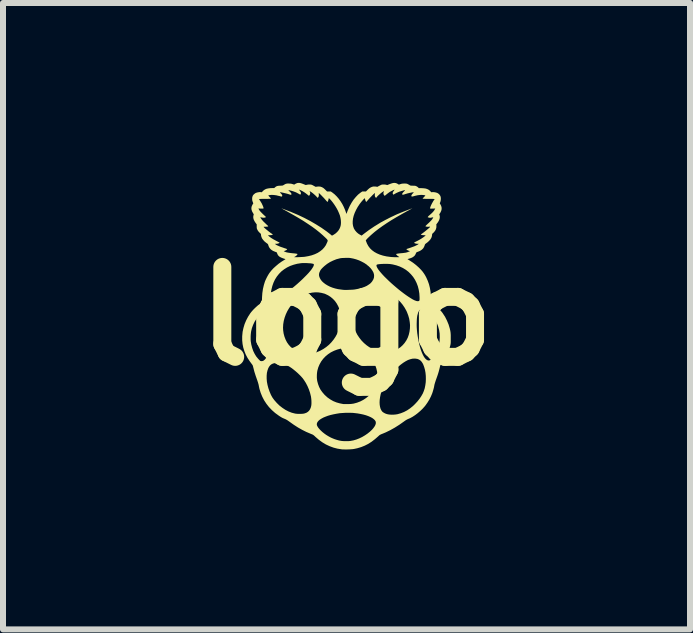
<source format=kicad_pcb>
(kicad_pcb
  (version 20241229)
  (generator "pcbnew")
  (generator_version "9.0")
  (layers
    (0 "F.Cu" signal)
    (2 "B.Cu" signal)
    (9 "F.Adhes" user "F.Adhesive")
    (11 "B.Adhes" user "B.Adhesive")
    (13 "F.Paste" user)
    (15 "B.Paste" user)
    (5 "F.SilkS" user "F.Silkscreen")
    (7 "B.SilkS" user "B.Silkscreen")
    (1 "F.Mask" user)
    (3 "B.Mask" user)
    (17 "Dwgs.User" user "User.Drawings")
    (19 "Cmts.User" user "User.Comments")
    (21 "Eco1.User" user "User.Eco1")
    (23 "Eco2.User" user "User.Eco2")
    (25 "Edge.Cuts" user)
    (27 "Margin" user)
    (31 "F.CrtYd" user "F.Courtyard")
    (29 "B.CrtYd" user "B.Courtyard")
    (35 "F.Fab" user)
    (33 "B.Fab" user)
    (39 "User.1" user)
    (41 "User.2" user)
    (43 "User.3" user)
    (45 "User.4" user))
  (footprint "logo"
    (layer "F.Cu")
    (at 2.729 2.223)
    (property "Reference" "logo" (at 0 0 0) (layer "F.SilkS") (effects (font (size 1.5 1.5) (thickness 0.3))))
    (attr board_only exclude_from_pos_files exclude_from_bom)
    (fp_poly (pts (xy -1.087 -1.799) (xy -1.088 -1.797) (xy -1.09 -1.799) (xy -1.088 -1.8)) (stroke (width 0) (type solid)) (fill yes) (layer "F.SilkS"))
    (fp_poly (pts (xy 1.1 -1.799) (xy 1.098 -1.797) (xy 1.097 -1.799) (xy 1.098 -1.8)) (stroke (width 0) (type solid)) (fill yes) (layer "F.SilkS"))
    (fp_poly (pts (xy -0.779 -2.222) (xy -0.755 -2.216) (xy -0.727 -2.206) (xy -0.722 -2.204) (xy -0.68 -2.187) (xy -0.659 -2.192) (xy -0.633 -2.196) (xy -0.612 -2.196) (xy -0.599 -2.195) (xy -0.59 -2.194) (xy -0.581 -2.191) (xy -0.57 -2.187) (xy -0.557 -2.18) (xy -0.55 -2.176) (xy -0.515 -2.157) (xy -0.489 -2.161) (xy -0.46 -2.163) (xy -0.434 -2.16) (xy -0.409 -2.151) (xy -0.385 -2.137) (xy -0.361 -2.116) (xy -0.353 -2.108) (xy -0.325 -2.08) (xy -0.294 -2.08) (xy -0.263 -2.08) (xy -0.238 -2.063) (xy -0.201 -2.034) (xy -0.166 -2) (xy -0.132 -1.961) (xy -0.1 -1.917) (xy -0.071 -1.871) (xy -0.046 -1.822) (xy -0.024 -1.771) (xy -0.015 -1.745) (xy -0.01 -1.731) (xy -0.005 -1.718) (xy -0.002 -1.71) (xy 0.000359 -1.707) (xy 0.000401 -1.707) (xy 0.002 -1.71) (xy 0.004 -1.717) (xy 0.004 -1.717) (xy 0.007 -1.727) (xy 0.012 -1.741) (xy 0.019 -1.76) (xy 0.028 -1.78) (xy 0.037 -1.801) (xy 0.046 -1.821) (xy 0.055 -1.84) (xy 0.057 -1.844) (xy 0.087 -1.897) (xy 0.119 -1.945) (xy 0.155 -1.988) (xy 0.192 -2.027) (xy 0.232 -2.059) (xy 0.239 -2.064) (xy 0.263 -2.08) (xy 0.294 -2.08) (xy 0.324 -2.08) (xy 0.352 -2.108) (xy 0.377 -2.131) (xy 0.402 -2.147) (xy 0.427 -2.158) (xy 0.454 -2.163) (xy 0.482 -2.162) (xy 0.492 -2.161) (xy 0.514 -2.157) (xy 0.549 -2.176) (xy 0.565 -2.184) (xy 0.576 -2.19) (xy 0.586 -2.193) (xy 0.595 -2.195) (xy 0.606 -2.196) (xy 0.611 -2.196) (xy 0.64 -2.196) (xy 0.659 -2.192) (xy 0.68 -2.187) (xy 0.722 -2.204) (xy 0.75 -2.214) (xy 0.775 -2.221) (xy 0.796 -2.223) (xy 0.816 -2.221) (xy 0.834 -2.216) (xy 0.854 -2.206) (xy 0.855 -2.205) (xy 0.873 -2.194) (xy 0.899 -2.203) (xy 0.913 -2.207) (xy 0.925 -2.21) (xy 0.939 -2.211) (xy 0.956 -2.212) (xy 0.963 -2.212) (xy 0.98 -2.212) (xy 0.993 -2.211) (xy 1.002 -2.21) (xy 1.01 -2.208) (xy 1.019 -2.204) (xy 1.022 -2.203) (xy 1.034 -2.196) (xy 1.045 -2.19) (xy 1.052 -2.186) (xy 1.057 -2.182) (xy 1.062 -2.18) (xy 1.069 -2.178) (xy 1.079 -2.177) (xy 1.094 -2.177) (xy 1.105 -2.176) (xy 1.124 -2.176) (xy 1.137 -2.175) (xy 1.147 -2.174) (xy 1.155 -2.171) (xy 1.163 -2.168) (xy 1.167 -2.166) (xy 1.179 -2.159) (xy 1.19 -2.151) (xy 1.196 -2.146) (xy 1.205 -2.135) (xy 1.252 -2.135) (xy 1.287 -2.133) (xy 1.318 -2.129) (xy 1.344 -2.121) (xy 1.367 -2.11) (xy 1.387 -2.095) (xy 1.397 -2.085) (xy 1.413 -2.067) (xy 1.431 -2.069) (xy 1.453 -2.069) (xy 1.477 -2.066) (xy 1.5 -2.06) (xy 1.516 -2.054) (xy 1.535 -2.042) (xy 1.552 -2.025) (xy 1.564 -2.006) (xy 1.568 -1.996) (xy 1.572 -1.978) (xy 1.573 -1.956) (xy 1.571 -1.933) (xy 1.566 -1.911) (xy 1.563 -1.902) (xy 1.555 -1.882) (xy 1.564 -1.867) (xy 1.578 -1.84) (xy 1.585 -1.814) (xy 1.586 -1.787) (xy 1.58 -1.76) (xy 1.568 -1.733) (xy 1.557 -1.715) (xy 1.546 -1.7) (xy 1.552 -1.681) (xy 1.556 -1.656) (xy 1.553 -1.63) (xy 1.544 -1.602) (xy 1.529 -1.574) (xy 1.514 -1.553) (xy 1.497 -1.531) (xy 1.499 -1.51) (xy 1.498 -1.48) (xy 1.491 -1.452) (xy 1.478 -1.426) (xy 1.458 -1.401) (xy 1.448 -1.391) (xy 1.437 -1.381) (xy 1.431 -1.375) (xy 1.428 -1.369) (xy 1.427 -1.363) (xy 1.427 -1.358) (xy 1.423 -1.332) (xy 1.414 -1.306) (xy 1.398 -1.28) (xy 1.376 -1.255) (xy 1.348 -1.23) (xy 1.333 -1.219) (xy 1.322 -1.211) (xy 1.314 -1.204) (xy 1.309 -1.198) (xy 1.306 -1.191) (xy 1.303 -1.181) (xy 1.292 -1.153) (xy 1.276 -1.128) (xy 1.253 -1.107) (xy 1.225 -1.089) (xy 1.192 -1.075) (xy 1.183 -1.072) (xy 1.172 -1.068) (xy 1.166 -1.064) (xy 1.162 -1.058) (xy 1.157 -1.048) (xy 1.157 -1.047) (xy 1.147 -1.026) (xy 1.134 -1.007) (xy 1.116 -0.992) (xy 1.094 -0.978) (xy 1.066 -0.967) (xy 1.037 -0.958) (xy 1.016 -0.952) (xy 1.054 -0.928) (xy 1.11 -0.891) (xy 1.16 -0.852) (xy 1.207 -0.81) (xy 1.217 -0.8) (xy 1.245 -0.771) (xy 1.269 -0.743) (xy 1.289 -0.715) (xy 1.308 -0.686) (xy 1.326 -0.653) (xy 1.331 -0.643) (xy 1.355 -0.589) (xy 1.375 -0.533) (xy 1.39 -0.473) (xy 1.401 -0.41) (xy 1.407 -0.342) (xy 1.409 -0.313) (xy 1.411 -0.262) (xy 1.425 -0.234) (xy 1.433 -0.221) (xy 1.439 -0.212) (xy 1.447 -0.204) (xy 1.457 -0.196) (xy 1.468 -0.188) (xy 1.484 -0.176) (xy 1.503 -0.159) (xy 1.523 -0.14) (xy 1.544 -0.119) (xy 1.565 -0.097) (xy 1.583 -0.077) (xy 1.598 -0.058) (xy 1.603 -0.051) (xy 1.643 0.01) (xy 1.675 0.074) (xy 1.702 0.139) (xy 1.722 0.206) (xy 1.731 0.246) (xy 1.733 0.259) (xy 1.735 0.272) (xy 1.736 0.284) (xy 1.737 0.299) (xy 1.738 0.316) (xy 1.738 0.337) (xy 1.738 0.363) (xy 1.738 0.368) (xy 1.738 0.395) (xy 1.738 0.416) (xy 1.738 0.433) (xy 1.737 0.446) (xy 1.736 0.458) (xy 1.734 0.47) (xy 1.732 0.481) (xy 1.729 0.493) (xy 1.713 0.553) (xy 1.692 0.612) (xy 1.665 0.67) (xy 1.634 0.724) (xy 1.599 0.774) (xy 1.588 0.788) (xy 1.58 0.799) (xy 1.572 0.808) (xy 1.568 0.814) (xy 1.567 0.814) (xy 1.565 0.819) (xy 1.561 0.83) (xy 1.558 0.843) (xy 1.555 0.856) (xy 1.547 0.888) (xy 1.538 0.922) (xy 1.527 0.959) (xy 1.514 0.998) (xy 1.498 1.043) (xy 1.495 1.052) (xy 1.487 1.074) (xy 1.48 1.096) (xy 1.474 1.115) (xy 1.469 1.132) (xy 1.466 1.143) (xy 1.465 1.148) (xy 1.462 1.165) (xy 1.458 1.186) (xy 1.452 1.21) (xy 1.445 1.235) (xy 1.438 1.259) (xy 1.431 1.28) (xy 1.428 1.289) (xy 1.407 1.339) (xy 1.381 1.39) (xy 1.351 1.439) (xy 1.318 1.486) (xy 1.301 1.507) (xy 1.266 1.546) (xy 1.227 1.583) (xy 1.186 1.618) (xy 1.144 1.65) (xy 1.101 1.678) (xy 1.059 1.701) (xy 1.023 1.716) (xy 1.007 1.724) (xy 0.988 1.735) (xy 0.966 1.75) (xy 0.957 1.757) (xy 0.88 1.811) (xy 0.804 1.859) (xy 0.729 1.901) (xy 0.653 1.938) (xy 0.603 1.959) (xy 0.585 1.966) (xy 0.571 1.972) (xy 0.56 1.978) (xy 0.551 1.983) (xy 0.543 1.99) (xy 0.534 1.998) (xy 0.53 2.002) (xy 0.475 2.05) (xy 0.419 2.093) (xy 0.363 2.129) (xy 0.304 2.159) (xy 0.244 2.183) (xy 0.181 2.202) (xy 0.125 2.214) (xy 0.105 2.217) (xy 0.079 2.219) (xy 0.051 2.221) (xy 0.021 2.222) (xy -0.009 2.223) (xy -0.038 2.222) (xy -0.063 2.222) (xy -0.082 2.22) (xy -0.151 2.209) (xy -0.217 2.192) (xy -0.282 2.168) (xy -0.344 2.139) (xy -0.404 2.103) (xy -0.463 2.06) (xy -0.519 2.012) (xy -0.526 2.005) (xy -0.537 1.995) (xy -0.546 1.987) (xy -0.555 1.981) (xy -0.564 1.975) (xy -0.576 1.97) (xy -0.591 1.964) (xy -0.603 1.959) (xy -0.671 1.93) (xy -0.739 1.896) (xy -0.808 1.857) (xy -0.878 1.812) (xy -0.895 1.8) (xy -0.496 1.8) (xy -0.494 1.818) (xy -0.485 1.838) (xy -0.471 1.86) (xy -0.452 1.883) (xy -0.429 1.907) (xy -0.402 1.932) (xy -0.372 1.956) (xy -0.34 1.979) (xy -0.306 2) (xy -0.27 2.02) (xy -0.247 2.031) (xy -0.223 2.041) (xy -0.195 2.052) (xy -0.167 2.061) (xy -0.139 2.069) (xy -0.115 2.075) (xy -0.114 2.075) (xy -0.078 2.081) (xy -0.039 2.084) (xy 0.002 2.084) (xy 0.043 2.083) (xy 0.068 2.08) (xy 0.115 2.071) (xy 0.163 2.057) (xy 0.212 2.038) (xy 0.26 2.015) (xy 0.306 1.988) (xy 0.35 1.958) (xy 0.39 1.926) (xy 0.425 1.893) (xy 0.445 1.87) (xy 0.465 1.843) (xy 0.479 1.818) (xy 0.487 1.796) (xy 0.489 1.776) (xy 0.486 1.758) (xy 0.484 1.752) (xy 0.471 1.733) (xy 0.452 1.715) (xy 0.427 1.697) (xy 0.397 1.681) (xy 0.362 1.666) (xy 0.323 1.652) (xy 0.279 1.64) (xy 0.232 1.63) (xy 0.181 1.621) (xy 0.128 1.615) (xy 0.113 1.613) (xy 0.088 1.612) (xy 0.058 1.611) (xy 0.025 1.611) (xy -0.009 1.611) (xy -0.043 1.613) (xy -0.075 1.615) (xy -0.103 1.617) (xy -0.115 1.618) (xy -0.169 1.627) (xy -0.22 1.637) (xy -0.267 1.648) (xy -0.311 1.661) (xy -0.351 1.676) (xy -0.387 1.691) (xy -0.418 1.708) (xy -0.445 1.725) (xy -0.466 1.743) (xy -0.482 1.762) (xy -0.492 1.781) (xy -0.496 1.8) (xy -0.895 1.8) (xy -0.95 1.761) (xy -0.96 1.754) (xy -0.984 1.737) (xy -1.006 1.724) (xy -1.022 1.716) (xy -1.049 1.705) (xy -1.075 1.693) (xy -1.102 1.677) (xy -1.131 1.658) (xy -1.132 1.657) (xy -1.191 1.614) (xy -1.244 1.567) (xy -1.293 1.516) (xy -1.336 1.461) (xy -1.374 1.403) (xy -1.406 1.341) (xy -1.432 1.277) (xy -1.452 1.212) (xy -1.456 1.194) (xy -1.46 1.176) (xy -1.463 1.16) (xy -1.465 1.149) (xy -1.465 1.149) (xy -1.467 1.14) (xy -1.471 1.126) (xy -1.476 1.108) (xy -1.483 1.087) (xy -1.49 1.065) (xy -1.495 1.052) (xy -1.511 1.006) (xy -1.516 0.992) (xy -1.332 0.992) (xy -1.332 1.041) (xy -1.328 1.092) (xy -1.318 1.145) (xy -1.304 1.199) (xy -1.285 1.254) (xy -1.274 1.28) (xy -1.261 1.311) (xy -1.247 1.337) (xy -1.233 1.361) (xy -1.216 1.384) (xy -1.206 1.398) (xy -1.163 1.447) (xy -1.118 1.491) (xy -1.069 1.529) (xy -1.019 1.562) (xy -0.967 1.589) (xy -0.913 1.61) (xy -0.858 1.624) (xy -0.852 1.625) (xy -0.834 1.627) (xy -0.813 1.629) (xy -0.789 1.629) (xy -0.765 1.629) (xy -0.741 1.628) (xy -0.721 1.626) (xy -0.705 1.623) (xy -0.702 1.622) (xy -0.672 1.612) (xy -0.647 1.597) (xy -0.627 1.579) (xy -0.611 1.557) (xy -0.598 1.529) (xy -0.591 1.505) (xy -0.587 1.484) (xy -0.585 1.458) (xy -0.585 1.429) (xy -0.586 1.399) (xy -0.589 1.369) (xy -0.593 1.341) (xy -0.595 1.332) (xy -0.609 1.276) (xy -0.628 1.22) (xy -0.651 1.166) (xy -0.678 1.114) (xy -0.708 1.067) (xy -0.731 1.035) (xy -0.755 1.008) (xy -0.765 0.997) (xy -0.495 0.997) (xy -0.495 1.029) (xy -0.492 1.057) (xy -0.489 1.08) (xy -0.475 1.132) (xy -0.457 1.18) (xy -0.434 1.225) (xy -0.404 1.267) (xy -0.369 1.308) (xy -0.36 1.317) (xy -0.317 1.356) (xy -0.271 1.388) (xy -0.222 1.416) (xy -0.168 1.438) (xy -0.111 1.454) (xy -0.055 1.465) (xy -0.049 1.465) (xy -0.037 1.465) (xy -0.021 1.466) (xy -0.002 1.465) (xy 0.019 1.465) (xy 0.022 1.465) (xy 0.048 1.465) (xy 0.07 1.464) (xy 0.088 1.462) (xy 0.103 1.46) (xy 0.117 1.458) (xy 0.121 1.457) (xy 0.177 1.442) (xy 0.186 1.438) (xy 0.551 1.438) (xy 0.553 1.477) (xy 0.559 1.513) (xy 0.568 1.545) (xy 0.582 1.572) (xy 0.594 1.589) (xy 0.605 1.599) (xy 0.62 1.609) (xy 0.638 1.619) (xy 0.656 1.627) (xy 0.665 1.63) (xy 0.691 1.637) (xy 0.721 1.641) (xy 0.755 1.643) (xy 0.789 1.642) (xy 0.822 1.639) (xy 0.852 1.634) (xy 0.907 1.618) (xy 0.96 1.597) (xy 1.011 1.57) (xy 1.06 1.537) (xy 1.108 1.498) (xy 1.14 1.467) (xy 1.181 1.423) (xy 1.217 1.378) (xy 1.247 1.333) (xy 1.272 1.289) (xy 1.289 1.248) (xy 1.304 1.202) (xy 1.314 1.152) (xy 1.321 1.101) (xy 1.323 1.048) (xy 1.322 0.995) (xy 1.317 0.944) (xy 1.308 0.894) (xy 1.295 0.848) (xy 1.279 0.805) (xy 1.271 0.789) (xy 1.254 0.762) (xy 1.234 0.74) (xy 1.21 0.724) (xy 1.184 0.713) (xy 1.153 0.708) (xy 1.132 0.707) (xy 1.098 0.709) (xy 1.062 0.718) (xy 1.025 0.731) (xy 0.987 0.751) (xy 0.947 0.776) (xy 0.905 0.807) (xy 0.861 0.844) (xy 0.815 0.887) (xy 0.788 0.914) (xy 0.753 0.951) (xy 0.724 0.985) (xy 0.699 1.017) (xy 0.677 1.049) (xy 0.667 1.065) (xy 0.64 1.113) (xy 0.617 1.162) (xy 0.598 1.21) (xy 0.581 1.259) (xy 0.568 1.306) (xy 0.559 1.352) (xy 0.553 1.397) (xy 0.551 1.438) (xy 0.186 1.438) (xy 0.231 1.421) (xy 0.281 1.395) (xy 0.327 1.364) (xy 0.37 1.329) (xy 0.407 1.29) (xy 0.44 1.247) (xy 0.468 1.2) (xy 0.47 1.195) (xy 0.49 1.149) (xy 0.504 1.103) (xy 0.513 1.057) (xy 0.516 1.008) (xy 0.515 0.982) (xy 0.51 0.927) (xy 0.498 0.874) (xy 0.481 0.824) (xy 0.456 0.776) (xy 0.426 0.731) (xy 0.392 0.691) (xy 0.35 0.651) (xy 0.304 0.617) (xy 0.254 0.588) (xy 0.2 0.564) (xy 0.143 0.546) (xy 0.112 0.539) (xy 0.086 0.535) (xy 0.055 0.533) (xy 0.022 0.531) (xy -0.012 0.532) (xy -0.044 0.533) (xy -0.073 0.536) (xy -0.093 0.54) (xy -0.153 0.556) (xy -0.209 0.577) (xy -0.261 0.603) (xy -0.309 0.635) (xy -0.351 0.67) (xy -0.389 0.71) (xy -0.422 0.754) (xy -0.449 0.802) (xy -0.471 0.853) (xy -0.486 0.906) (xy -0.487 0.91) (xy -0.491 0.936) (xy -0.494 0.966) (xy -0.495 0.997) (xy -0.765 0.997) (xy -0.783 0.979) (xy -0.814 0.949) (xy -0.847 0.92) (xy -0.88 0.893) (xy -0.912 0.868) (xy -0.942 0.848) (xy -0.95 0.843) (xy -0.995 0.818) (xy -1.04 0.799) (xy -1.082 0.786) (xy -1.123 0.779) (xy -1.162 0.777) (xy -1.198 0.782) (xy -1.227 0.79) (xy -1.252 0.802) (xy -1.272 0.818) (xy -1.289 0.839) (xy -1.304 0.865) (xy -1.318 0.904) (xy -1.328 0.946) (xy -1.332 0.992) (xy -1.516 0.992) (xy -1.524 0.966) (xy -1.536 0.929) (xy -1.545 0.894) (xy -1.553 0.862) (xy -1.555 0.856) (xy -1.56 0.835) (xy -1.565 0.82) (xy -1.57 0.811) (xy -1.572 0.809) (xy -1.614 0.752) (xy -1.651 0.696) (xy -1.681 0.639) (xy -1.704 0.582) (xy -1.722 0.524) (xy -1.734 0.464) (xy -1.74 0.402) (xy -1.74 0.366) (xy -1.599 0.366) (xy -1.599 0.396) (xy -1.597 0.42) (xy -1.588 0.475) (xy -1.574 0.528) (xy -1.556 0.58) (xy -1.533 0.627) (xy -1.51 0.665) (xy -1.501 0.678) (xy -1.489 0.692) (xy -1.477 0.707) (xy -1.464 0.721) (xy -1.452 0.733) (xy -1.443 0.742) (xy -1.436 0.747) (xy -1.435 0.747) (xy -1.419 0.75) (xy -1.401 0.748) (xy -1.385 0.742) (xy -1.383 0.74) (xy -1.366 0.727) (xy -1.349 0.707) (xy -1.333 0.682) (xy -1.316 0.651) (xy -1.301 0.616) (xy -1.286 0.577) (xy -1.272 0.534) (xy -1.259 0.489) (xy -1.257 0.48) (xy -1.245 0.423) (xy -1.234 0.366) (xy -1.226 0.31) (xy -1.22 0.254) (xy -1.216 0.201) (xy -1.216 0.191) (xy -1.059 0.191) (xy -1.057 0.235) (xy -1.049 0.29) (xy -1.035 0.342) (xy -1.016 0.391) (xy -0.993 0.436) (xy -0.964 0.477) (xy -0.931 0.513) (xy -0.894 0.545) (xy -0.853 0.572) (xy -0.809 0.594) (xy -0.761 0.611) (xy -0.71 0.622) (xy -0.699 0.623) (xy -0.677 0.625) (xy -0.65 0.625) (xy -0.622 0.624) (xy -0.594 0.622) (xy -0.569 0.618) (xy -0.561 0.617) (xy -0.524 0.608) (xy -0.491 0.598) (xy -0.457 0.584) (xy -0.437 0.575) (xy -0.386 0.547) (xy -0.338 0.514) (xy -0.293 0.477) (xy -0.253 0.436) (xy -0.217 0.392) (xy -0.185 0.345) (xy -0.158 0.296) (xy -0.135 0.244) (xy -0.117 0.191) (xy -0.105 0.138) (xy -0.097 0.083) (xy -0.095 0.029) (xy -0.096 0.022) (xy 0.097 0.022) (xy 0.101 0.075) (xy 0.11 0.129) (xy 0.124 0.184) (xy 0.144 0.238) (xy 0.153 0.257) (xy 0.18 0.31) (xy 0.213 0.359) (xy 0.25 0.406) (xy 0.291 0.448) (xy 0.336 0.486) (xy 0.383 0.519) (xy 0.433 0.547) (xy 0.485 0.57) (xy 0.539 0.587) (xy 0.58 0.595) (xy 0.607 0.598) (xy 0.637 0.599) (xy 0.669 0.599) (xy 0.698 0.598) (xy 0.72 0.595) (xy 0.769 0.584) (xy 0.815 0.567) (xy 0.86 0.544) (xy 0.901 0.516) (xy 0.936 0.484) (xy 0.969 0.446) (xy 0.998 0.403) (xy 1.021 0.358) (xy 1.038 0.31) (xy 1.05 0.259) (xy 1.057 0.206) (xy 1.059 0.152) (xy 1.057 0.126) (xy 1.17 0.126) (xy 1.17 0.158) (xy 1.171 0.188) (xy 1.173 0.216) (xy 1.173 0.221) (xy 1.179 0.282) (xy 1.188 0.342) (xy 1.198 0.399) (xy 1.21 0.455) (xy 1.223 0.507) (xy 1.238 0.556) (xy 1.254 0.6) (xy 1.271 0.639) (xy 1.289 0.673) (xy 1.301 0.691) (xy 1.318 0.712) (xy 1.336 0.727) (xy 1.353 0.736) (xy 1.37 0.739) (xy 1.387 0.736) (xy 1.397 0.73) (xy 1.406 0.722) (xy 1.418 0.71) (xy 1.432 0.696) (xy 1.445 0.68) (xy 1.457 0.664) (xy 1.463 0.656) (xy 1.477 0.635) (xy 1.491 0.61) (xy 1.504 0.582) (xy 1.516 0.554) (xy 1.526 0.528) (xy 1.526 0.527) (xy 1.542 0.469) (xy 1.552 0.41) (xy 1.555 0.35) (xy 1.553 0.29) (xy 1.544 0.231) (xy 1.529 0.175) (xy 1.527 0.167) (xy 1.506 0.115) (xy 1.479 0.065) (xy 1.447 0.018) (xy 1.41 -0.025) (xy 1.368 -0.064) (xy 1.322 -0.098) (xy 1.308 -0.107) (xy 1.295 -0.115) (xy 1.285 -0.12) (xy 1.276 -0.123) (xy 1.267 -0.123) (xy 1.265 -0.123) (xy 1.247 -0.121) (xy 1.23 -0.112) (xy 1.216 -0.098) (xy 1.203 -0.079) (xy 1.192 -0.053) (xy 1.183 -0.021) (xy 1.18 -0.008) (xy 1.177 0.011) (xy 1.174 0.035) (xy 1.172 0.063) (xy 1.171 0.094) (xy 1.17 0.126) (xy 1.057 0.126) (xy 1.054 0.098) (xy 1.045 0.042) (xy 1.029 -0.013) (xy 1.008 -0.068) (xy 0.999 -0.088) (xy 0.969 -0.142) (xy 0.935 -0.192) (xy 0.896 -0.239) (xy 0.853 -0.281) (xy 0.806 -0.319) (xy 0.757 -0.351) (xy 0.705 -0.378) (xy 0.651 -0.399) (xy 0.618 -0.409) (xy 0.565 -0.419) (xy 0.511 -0.423) (xy 0.459 -0.42) (xy 0.407 -0.411) (xy 0.374 -0.401) (xy 0.327 -0.383) (xy 0.284 -0.359) (xy 0.245 -0.33) (xy 0.211 -0.297) (xy 0.181 -0.26) (xy 0.155 -0.22) (xy 0.134 -0.176) (xy 0.117 -0.13) (xy 0.105 -0.081) (xy 0.099 -0.031) (xy 0.097 0.022) (xy -0.096 0.022) (xy -0.099 -0.026) (xy -0.109 -0.079) (xy -0.124 -0.131) (xy -0.14 -0.168) (xy -0.164 -0.212) (xy -0.193 -0.253) (xy -0.227 -0.289) (xy -0.265 -0.321) (xy -0.307 -0.348) (xy -0.351 -0.369) (xy -0.368 -0.376) (xy -0.419 -0.389) (xy -0.47 -0.397) (xy -0.523 -0.398) (xy -0.575 -0.393) (xy -0.628 -0.381) (xy -0.68 -0.364) (xy -0.731 -0.341) (xy -0.781 -0.312) (xy -0.829 -0.277) (xy -0.84 -0.268) (xy -0.883 -0.228) (xy -0.922 -0.184) (xy -0.957 -0.136) (xy -0.987 -0.085) (xy -1.012 -0.032) (xy -1.032 0.023) (xy -1.047 0.079) (xy -1.056 0.135) (xy -1.059 0.191) (xy -1.216 0.191) (xy -1.214 0.15) (xy -1.215 0.102) (xy -1.218 0.058) (xy -1.223 0.018) (xy -1.23 -0.018) (xy -1.24 -0.048) (xy -1.245 -0.058) (xy -1.257 -0.08) (xy -1.27 -0.096) (xy -1.285 -0.106) (xy -1.301 -0.11) (xy -1.311 -0.111) (xy -1.324 -0.109) (xy -1.337 -0.104) (xy -1.344 -0.1) (xy -1.388 -0.07) (xy -1.428 -0.037) (xy -1.465 -0.001) (xy -1.497 0.037) (xy -1.504 0.047) (xy -1.534 0.094) (xy -1.558 0.145) (xy -1.578 0.199) (xy -1.59 0.248) (xy -1.594 0.273) (xy -1.597 0.303) (xy -1.599 0.334) (xy -1.599 0.366) (xy -1.74 0.366) (xy -1.74 0.338) (xy -1.739 0.324) (xy -1.733 0.26) (xy -1.719 0.196) (xy -1.7 0.132) (xy -1.674 0.07) (xy -1.642 0.009) (xy -1.604 -0.05) (xy -1.603 -0.051) (xy -1.59 -0.068) (xy -1.573 -0.088) (xy -1.553 -0.11) (xy -1.532 -0.131) (xy -1.511 -0.151) (xy -1.491 -0.169) (xy -1.474 -0.184) (xy -1.468 -0.188) (xy -1.454 -0.198) (xy -1.445 -0.205) (xy -1.438 -0.214) (xy -1.431 -0.224) (xy -1.425 -0.234) (xy -1.411 -0.262) (xy -1.409 -0.313) (xy -1.409 -0.316) (xy -1.265 -0.316) (xy -1.264 -0.298) (xy -1.263 -0.284) (xy -1.261 -0.275) (xy -1.26 -0.272) (xy -1.251 -0.265) (xy -1.24 -0.262) (xy -1.225 -0.263) (xy -1.206 -0.268) (xy -1.193 -0.272) (xy -1.167 -0.284) (xy -1.136 -0.301) (xy -1.102 -0.321) (xy -1.066 -0.346) (xy -1.027 -0.373) (xy -0.986 -0.403) (xy -0.944 -0.435) (xy -0.902 -0.47) (xy -0.86 -0.505) (xy -0.818 -0.541) (xy -0.777 -0.578) (xy -0.737 -0.615) (xy -0.7 -0.652) (xy -0.665 -0.687) (xy -0.459 -0.687) (xy -0.457 -0.669) (xy -0.447 -0.64) (xy -0.432 -0.612) (xy -0.411 -0.584) (xy -0.384 -0.559) (xy -0.353 -0.535) (xy -0.317 -0.513) (xy -0.278 -0.493) (xy -0.235 -0.476) (xy -0.189 -0.462) (xy -0.141 -0.451) (xy -0.09 -0.444) (xy -0.09 -0.444) (xy -0.074 -0.442) (xy -0.06 -0.44) (xy -0.048 -0.439) (xy -0.045 -0.439) (xy -0.032 -0.438) (xy -0.015 -0.438) (xy 0.007 -0.438) (xy 0.031 -0.439) (xy 0.056 -0.44) (xy 0.081 -0.441) (xy 0.103 -0.442) (xy 0.123 -0.444) (xy 0.133 -0.445) (xy 0.178 -0.453) (xy 0.221 -0.463) (xy 0.263 -0.475) (xy 0.301 -0.489) (xy 0.336 -0.505) (xy 0.36 -0.52) (xy 0.382 -0.535) (xy 0.399 -0.548) (xy 0.412 -0.562) (xy 0.425 -0.577) (xy 0.43 -0.585) (xy 0.447 -0.613) (xy 0.457 -0.642) (xy 0.46 -0.672) (xy 0.457 -0.702) (xy 0.447 -0.732) (xy 0.444 -0.738) (xy 0.425 -0.77) (xy 0.4 -0.802) (xy 0.37 -0.832) (xy 0.348 -0.849) (xy 0.499 -0.849) (xy 0.5 -0.837) (xy 0.505 -0.822) (xy 0.512 -0.808) (xy 0.527 -0.783) (xy 0.547 -0.756) (xy 0.572 -0.726) (xy 0.601 -0.693) (xy 0.633 -0.659) (xy 0.669 -0.624) (xy 0.706 -0.588) (xy 0.746 -0.551) (xy 0.787 -0.515) (xy 0.829 -0.479) (xy 0.871 -0.444) (xy 0.913 -0.411) (xy 0.955 -0.379) (xy 0.995 -0.35) (xy 1.033 -0.324) (xy 1.069 -0.301) (xy 1.102 -0.281) (xy 1.131 -0.266) (xy 1.152 -0.258) (xy 1.17 -0.252) (xy 1.187 -0.25) (xy 1.201 -0.251) (xy 1.211 -0.256) (xy 1.212 -0.257) (xy 1.214 -0.26) (xy 1.216 -0.265) (xy 1.217 -0.271) (xy 1.218 -0.281) (xy 1.218 -0.295) (xy 1.218 -0.314) (xy 1.214 -0.379) (xy 1.204 -0.441) (xy 1.189 -0.5) (xy 1.168 -0.555) (xy 1.142 -0.607) (xy 1.111 -0.655) (xy 1.075 -0.698) (xy 1.035 -0.738) (xy 0.99 -0.773) (xy 0.941 -0.803) (xy 0.888 -0.828) (xy 0.831 -0.848) (xy 0.77 -0.863) (xy 0.732 -0.869) (xy 0.711 -0.871) (xy 0.688 -0.872) (xy 0.662 -0.873) (xy 0.635 -0.873) (xy 0.609 -0.872) (xy 0.583 -0.871) (xy 0.559 -0.869) (xy 0.538 -0.867) (xy 0.521 -0.864) (xy 0.509 -0.861) (xy 0.503 -0.857) (xy 0.499 -0.849) (xy 0.348 -0.849) (xy 0.335 -0.861) (xy 0.296 -0.887) (xy 0.253 -0.91) (xy 0.208 -0.931) (xy 0.16 -0.948) (xy 0.112 -0.961) (xy 0.064 -0.97) (xy 0.047 -0.972) (xy 0.026 -0.973) (xy 0.001 -0.973) (xy -0.025 -0.972) (xy -0.051 -0.971) (xy -0.075 -0.97) (xy -0.095 -0.968) (xy -0.11 -0.965) (xy -0.168 -0.95) (xy -0.223 -0.928) (xy -0.275 -0.903) (xy -0.324 -0.872) (xy -0.368 -0.837) (xy -0.392 -0.815) (xy -0.407 -0.8) (xy -0.419 -0.787) (xy -0.428 -0.776) (xy -0.435 -0.766) (xy -0.441 -0.754) (xy -0.443 -0.75) (xy -0.453 -0.727) (xy -0.458 -0.707) (xy -0.459 -0.687) (xy -0.665 -0.687) (xy -0.665 -0.687) (xy -0.633 -0.721) (xy -0.605 -0.754) (xy -0.585 -0.779) (xy -0.569 -0.803) (xy -0.556 -0.824) (xy -0.548 -0.842) (xy -0.545 -0.856) (xy -0.546 -0.867) (xy -0.549 -0.87) (xy -0.555 -0.873) (xy -0.567 -0.876) (xy -0.584 -0.879) (xy -0.605 -0.882) (xy -0.628 -0.883) (xy -0.653 -0.885) (xy -0.678 -0.886) (xy -0.703 -0.886) (xy -0.727 -0.886) (xy -0.748 -0.885) (xy -0.758 -0.884) (xy -0.823 -0.874) (xy -0.883 -0.858) (xy -0.94 -0.838) (xy -0.993 -0.812) (xy -1.042 -0.781) (xy -1.087 -0.746) (xy -1.127 -0.705) (xy -1.162 -0.661) (xy -1.193 -0.612) (xy -1.218 -0.559) (xy -1.238 -0.502) (xy -1.253 -0.441) (xy -1.26 -0.398) (xy -1.262 -0.378) (xy -1.263 -0.357) (xy -1.264 -0.336) (xy -1.265 -0.316) (xy -1.409 -0.316) (xy -1.404 -0.385) (xy -1.394 -0.454) (xy -1.379 -0.518) (xy -1.367 -0.558) (xy -1.358 -0.585) (xy -1.345 -0.614) (xy -1.33 -0.645) (xy -1.314 -0.675) (xy -1.298 -0.702) (xy -1.284 -0.723) (xy -1.254 -0.761) (xy -1.218 -0.8) (xy -1.177 -0.837) (xy -1.133 -0.874) (xy -1.086 -0.908) (xy -1.036 -0.939) (xy -1.032 -0.942) (xy -1.023 -0.947) (xy -1.019 -0.95) (xy -1.02 -0.952) (xy -1.024 -0.954) (xy -1.056 -0.964) (xy -1.082 -0.974) (xy -1.103 -0.984) (xy -1.12 -0.994) (xy -1.133 -1.006) (xy -1.144 -1.019) (xy -1.152 -1.035) (xy -1.157 -1.047) (xy -1.164 -1.065) (xy -1.192 -1.075) (xy -1.226 -1.089) (xy -1.254 -1.107) (xy -1.276 -1.128) (xy -1.293 -1.153) (xy -1.304 -1.182) (xy -1.305 -1.184) (xy -1.307 -1.193) (xy -1.31 -1.199) (xy -1.315 -1.205) (xy -1.323 -1.212) (xy -1.336 -1.221) (xy -1.366 -1.245) (xy -1.39 -1.271) (xy -1.409 -1.297) (xy -1.42 -1.324) (xy -1.426 -1.349) (xy -1.428 -1.372) (xy -1.452 -1.395) (xy -1.467 -1.411) (xy -1.478 -1.426) (xy -1.487 -1.442) (xy -1.487 -1.442) (xy -1.492 -1.453) (xy -1.496 -1.463) (xy -1.497 -1.472) (xy -1.498 -1.484) (xy -1.498 -1.499) (xy -1.498 -1.532) (xy -1.515 -1.554) (xy -1.534 -1.583) (xy -1.548 -1.612) (xy -1.555 -1.639) (xy -1.555 -1.665) (xy -1.552 -1.681) (xy -1.547 -1.7) (xy -1.56 -1.72) (xy -1.575 -1.748) (xy -1.584 -1.775) (xy -1.586 -1.796) (xy -1.47 -1.796) (xy -1.459 -1.776) (xy -1.45 -1.762) (xy -1.436 -1.745) (xy -1.417 -1.725) (xy -1.393 -1.701) (xy -1.368 -1.678) (xy -1.342 -1.653) (xy -1.35 -1.649) (xy -1.367 -1.643) (xy -1.387 -1.642) (xy -1.412 -1.645) (xy -1.424 -1.648) (xy -1.433 -1.649) (xy -1.438 -1.65) (xy -1.439 -1.649) (xy -1.437 -1.646) (xy -1.433 -1.639) (xy -1.427 -1.629) (xy -1.425 -1.626) (xy -1.41 -1.607) (xy -1.391 -1.584) (xy -1.365 -1.559) (xy -1.335 -1.53) (xy -1.331 -1.526) (xy -1.319 -1.515) (xy -1.311 -1.508) (xy -1.307 -1.503) (xy -1.306 -1.5) (xy -1.308 -1.498) (xy -1.311 -1.496) (xy -1.319 -1.494) (xy -1.332 -1.493) (xy -1.35 -1.492) (xy -1.351 -1.492) (xy -1.365 -1.492) (xy -1.376 -1.491) (xy -1.382 -1.491) (xy -1.383 -1.49) (xy -1.381 -1.486) (xy -1.374 -1.478) (xy -1.363 -1.468) (xy -1.349 -1.455) (xy -1.333 -1.442) (xy -1.316 -1.428) (xy -1.299 -1.414) (xy -1.281 -1.4) (xy -1.265 -1.388) (xy -1.254 -1.381) (xy -1.243 -1.373) (xy -1.234 -1.366) (xy -1.23 -1.361) (xy -1.229 -1.36) (xy -1.235 -1.357) (xy -1.245 -1.354) (xy -1.259 -1.352) (xy -1.275 -1.351) (xy -1.29 -1.35) (xy -1.29 -1.35) (xy -1.312 -1.35) (xy -1.295 -1.334) (xy -1.275 -1.318) (xy -1.249 -1.3) (xy -1.216 -1.28) (xy -1.177 -1.259) (xy -1.166 -1.253) (xy -1.147 -1.243) (xy -1.133 -1.236) (xy -1.124 -1.231) (xy -1.119 -1.227) (xy -1.117 -1.224) (xy -1.117 -1.222) (xy -1.119 -1.221) (xy -1.129 -1.216) (xy -1.144 -1.211) (xy -1.161 -1.208) (xy -1.176 -1.207) (xy -1.195 -1.207) (xy -1.185 -1.199) (xy -1.172 -1.189) (xy -1.152 -1.179) (xy -1.127 -1.168) (xy -1.098 -1.156) (xy -1.064 -1.145) (xy -1.056 -1.142) (xy -1.037 -1.135) (xy -1.02 -1.13) (xy -1.006 -1.125) (xy -0.996 -1.121) (xy -0.991 -1.119) (xy -0.991 -1.119) (xy -0.991 -1.115) (xy -0.996 -1.109) (xy -1.004 -1.102) (xy -1.016 -1.096) (xy -1.029 -1.09) (xy -1.035 -1.089) (xy -1.048 -1.084) (xy -1.03 -1.076) (xy -1.019 -1.071) (xy -1.008 -1.067) (xy -0.996 -1.064) (xy -0.982 -1.061) (xy -0.965 -1.058) (xy -0.946 -1.055) (xy -0.921 -1.052) (xy -0.892 -1.049) (xy -0.87 -1.047) (xy -0.854 -1.045) (xy -0.84 -1.043) (xy -0.83 -1.041) (xy -0.825 -1.04) (xy -0.819 -1.038) (xy -0.818 -1.034) (xy -0.821 -1.027) (xy -0.821 -1.027) (xy -0.831 -1.015) (xy -0.844 -1.003) (xy -0.86 -0.993) (xy -0.868 -0.989) (xy -0.873 -0.985) (xy -0.873 -0.985) (xy -0.87 -0.984) (xy -0.861 -0.984) (xy -0.848 -0.984) (xy -0.831 -0.984) (xy -0.812 -0.984) (xy -0.791 -0.985) (xy -0.77 -0.986) (xy -0.75 -0.987) (xy -0.732 -0.988) (xy -0.716 -0.989) (xy -0.704 -0.99) (xy -0.702 -0.99) (xy -0.639 -1.001) (xy -0.581 -1.015) (xy -0.528 -1.034) (xy -0.481 -1.056) (xy -0.439 -1.083) (xy -0.402 -1.113) (xy -0.371 -1.147) (xy -0.345 -1.184) (xy -0.327 -1.223) (xy -0.32 -1.238) (xy -0.316 -1.25) (xy -0.314 -1.259) (xy -0.316 -1.267) (xy -0.32 -1.275) (xy -0.328 -1.285) (xy -0.341 -1.298) (xy -0.35 -1.307) (xy -0.398 -1.352) (xy -0.451 -1.398) (xy -0.51 -1.445) (xy -0.574 -1.492) (xy -0.645 -1.54) (xy -0.721 -1.59) (xy -0.804 -1.64) (xy -0.892 -1.691) (xy -0.987 -1.744) (xy -1.01 -1.757) (xy -1.03 -1.768) (xy -1.048 -1.777) (xy -1.063 -1.786) (xy -1.074 -1.792) (xy -1.081 -1.796) (xy -1.082 -1.797) (xy -1.078 -1.796) (xy -1.069 -1.793) (xy -1.055 -1.788) (xy -1.038 -1.781) (xy -1.018 -1.774) (xy -0.998 -1.766) (xy -0.976 -1.758) (xy -0.956 -1.75) (xy -0.936 -1.743) (xy -0.919 -1.736) (xy -0.918 -1.735) (xy -0.809 -1.689) (xy -0.704 -1.639) (xy -0.603 -1.586) (xy -0.507 -1.53) (xy -0.416 -1.473) (xy -0.331 -1.413) (xy -0.269 -1.365) (xy -0.243 -1.343) (xy -0.22 -1.355) (xy -0.185 -1.378) (xy -0.156 -1.404) (xy -0.131 -1.434) (xy -0.115 -1.462) (xy -0.105 -1.486) (xy -0.098 -1.51) (xy -0.094 -1.537) (xy -0.093 -1.566) (xy -0.094 -1.584) (xy 0.103 -1.584) (xy 0.103 -1.543) (xy 0.109 -1.504) (xy 0.121 -1.468) (xy 0.126 -1.457) (xy 0.144 -1.429) (xy 0.167 -1.402) (xy 0.194 -1.378) (xy 0.225 -1.358) (xy 0.23 -1.356) (xy 0.252 -1.344) (xy 0.29 -1.374) (xy 0.373 -1.436) (xy 0.46 -1.495) (xy 0.551 -1.551) (xy 0.572 -1.564) (xy 0.593 -1.575) (xy 0.619 -1.589) (xy 0.648 -1.605) (xy 0.68 -1.621) (xy 0.712 -1.638) (xy 0.744 -1.654) (xy 0.775 -1.668) (xy 0.802 -1.681) (xy 0.825 -1.692) (xy 0.832 -1.695) (xy 0.852 -1.704) (xy 0.875 -1.713) (xy 0.9 -1.724) (xy 0.926 -1.734) (xy 0.953 -1.745) (xy 0.979 -1.755) (xy 1.005 -1.765) (xy 1.029 -1.774) (xy 1.05 -1.782) (xy 1.067 -1.789) (xy 1.081 -1.794) (xy 1.09 -1.796) (xy 1.093 -1.797) (xy 1.09 -1.795) (xy 1.083 -1.791) (xy 1.071 -1.785) (xy 1.056 -1.776) (xy 1.038 -1.766) (xy 1.02 -1.757) (xy 0.923 -1.703) (xy 0.832 -1.651) (xy 0.748 -1.601) (xy 0.67 -1.551) (xy 0.599 -1.503) (xy 0.535 -1.457) (xy 0.482 -1.416) (xy 0.46 -1.398) (xy 0.438 -1.379) (xy 0.415 -1.359) (xy 0.393 -1.339) (xy 0.373 -1.32) (xy 0.355 -1.303) (xy 0.342 -1.29) (xy 0.342 -1.289) (xy 0.321 -1.266) (xy 0.325 -1.252) (xy 0.342 -1.209) (xy 0.364 -1.169) (xy 0.391 -1.133) (xy 0.424 -1.101) (xy 0.463 -1.072) (xy 0.506 -1.048) (xy 0.555 -1.027) (xy 0.609 -1.01) (xy 0.668 -0.997) (xy 0.727 -0.989) (xy 0.742 -0.987) (xy 0.76 -0.986) (xy 0.78 -0.985) (xy 0.801 -0.984) (xy 0.821 -0.984) (xy 0.84 -0.984) (xy 0.857 -0.984) (xy 0.869 -0.984) (xy 0.878 -0.985) (xy 0.88 -0.986) (xy 0.877 -0.989) (xy 0.87 -0.993) (xy 0.865 -0.997) (xy 0.856 -1.003) (xy 0.846 -1.011) (xy 0.837 -1.02) (xy 0.83 -1.028) (xy 0.827 -1.034) (xy 0.827 -1.034) (xy 0.83 -1.038) (xy 0.84 -1.041) (xy 0.857 -1.044) (xy 0.878 -1.047) (xy 0.907 -1.05) (xy 0.931 -1.052) (xy 0.949 -1.054) (xy 0.964 -1.056) (xy 0.976 -1.058) (xy 0.986 -1.059) (xy 0.994 -1.061) (xy 1.002 -1.063) (xy 1.016 -1.067) (xy 1.031 -1.073) (xy 1.042 -1.077) (xy 1.058 -1.084) (xy 1.045 -1.089) (xy 1.024 -1.097) (xy 1.008 -1.107) (xy 1.004 -1.111) (xy 0.997 -1.119) (xy 1.064 -1.141) (xy 1.102 -1.155) (xy 1.135 -1.167) (xy 1.162 -1.18) (xy 1.184 -1.191) (xy 1.195 -1.199) (xy 1.205 -1.207) (xy 1.186 -1.207) (xy 1.17 -1.208) (xy 1.154 -1.211) (xy 1.139 -1.216) (xy 1.129 -1.221) (xy 1.127 -1.223) (xy 1.127 -1.225) (xy 1.13 -1.228) (xy 1.136 -1.232) (xy 1.146 -1.238) (xy 1.161 -1.246) (xy 1.176 -1.253) (xy 1.215 -1.274) (xy 1.249 -1.294) (xy 1.277 -1.313) (xy 1.3 -1.33) (xy 1.305 -1.335) (xy 1.322 -1.35) (xy 1.3 -1.35) (xy 1.285 -1.351) (xy 1.269 -1.352) (xy 1.256 -1.354) (xy 1.245 -1.357) (xy 1.239 -1.36) (xy 1.239 -1.36) (xy 1.241 -1.362) (xy 1.247 -1.368) (xy 1.256 -1.375) (xy 1.265 -1.381) (xy 1.281 -1.393) (xy 1.298 -1.406) (xy 1.316 -1.42) (xy 1.334 -1.435) (xy 1.351 -1.449) (xy 1.366 -1.462) (xy 1.379 -1.473) (xy 1.388 -1.483) (xy 1.393 -1.489) (xy 1.393 -1.491) (xy 1.39 -1.493) (xy 1.381 -1.493) (xy 1.375 -1.492) (xy 1.359 -1.491) (xy 1.343 -1.492) (xy 1.329 -1.494) (xy 1.319 -1.497) (xy 1.318 -1.498) (xy 1.317 -1.5) (xy 1.318 -1.503) (xy 1.321 -1.508) (xy 1.327 -1.514) (xy 1.337 -1.524) (xy 1.352 -1.538) (xy 1.356 -1.542) (xy 1.372 -1.556) (xy 1.387 -1.571) (xy 1.401 -1.585) (xy 1.411 -1.596) (xy 1.416 -1.601) (xy 1.427 -1.615) (xy 1.436 -1.628) (xy 1.442 -1.639) (xy 1.446 -1.646) (xy 1.446 -1.649) (xy 1.442 -1.649) (xy 1.434 -1.648) (xy 1.422 -1.645) (xy 1.421 -1.645) (xy 1.398 -1.641) (xy 1.377 -1.643) (xy 1.361 -1.648) (xy 1.353 -1.652) (xy 1.36 -1.661) (xy 1.365 -1.667) (xy 1.374 -1.676) (xy 1.386 -1.686) (xy 1.399 -1.698) (xy 1.401 -1.699) (xy 1.427 -1.723) (xy 1.448 -1.746) (xy 1.464 -1.767) (xy 1.471 -1.78) (xy 1.48 -1.796) (xy 1.44 -1.794) (xy 1.421 -1.794) (xy 1.407 -1.793) (xy 1.399 -1.794) (xy 1.394 -1.797) (xy 1.393 -1.801) (xy 1.394 -1.807) (xy 1.396 -1.814) (xy 1.402 -1.832) (xy 1.411 -1.853) (xy 1.422 -1.875) (xy 1.434 -1.897) (xy 1.446 -1.918) (xy 1.451 -1.926) (xy 1.47 -1.953) (xy 1.457 -1.955) (xy 1.451 -1.955) (xy 1.438 -1.956) (xy 1.421 -1.956) (xy 1.401 -1.957) (xy 1.379 -1.957) (xy 1.363 -1.957) (xy 1.34 -1.957) (xy 1.319 -1.957) (xy 1.301 -1.958) (xy 1.286 -1.958) (xy 1.277 -1.959) (xy 1.274 -1.959) (xy 1.271 -1.96) (xy 1.27 -1.962) (xy 1.272 -1.966) (xy 1.278 -1.973) (xy 1.287 -1.982) (xy 1.292 -1.987) (xy 1.303 -1.999) (xy 1.311 -2.008) (xy 1.314 -2.014) (xy 1.314 -2.015) (xy 1.309 -2.016) (xy 1.299 -2.018) (xy 1.286 -2.02) (xy 1.278 -2.021) (xy 1.248 -2.023) (xy 1.216 -2.021) (xy 1.181 -2.016) (xy 1.142 -2.007) (xy 1.141 -2.007) (xy 1.122 -2.001) (xy 1.107 -1.998) (xy 1.098 -1.995) (xy 1.091 -1.995) (xy 1.088 -1.995) (xy 1.086 -1.996) (xy 1.084 -1.999) (xy 1.083 -2) (xy 1.081 -2.008) (xy 1.083 -2.017) (xy 1.089 -2.028) (xy 1.1 -2.041) (xy 1.104 -2.046) (xy 1.114 -2.056) (xy 1.119 -2.062) (xy 1.121 -2.065) (xy 1.119 -2.067) (xy 1.116 -2.067) (xy 1.106 -2.066) (xy 1.092 -2.064) (xy 1.073 -2.06) (xy 1.053 -2.056) (xy 1.032 -2.051) (xy 1.011 -2.046) (xy 0.993 -2.04) (xy 0.987 -2.039) (xy 0.967 -2.032) (xy 0.953 -2.028) (xy 0.944 -2.026) (xy 0.938 -2.025) (xy 0.934 -2.025) (xy 0.932 -2.027) (xy 0.931 -2.029) (xy 0.93 -2.03) (xy 0.928 -2.036) (xy 0.929 -2.043) (xy 0.933 -2.051) (xy 0.941 -2.062) (xy 0.954 -2.075) (xy 0.956 -2.078) (xy 0.966 -2.088) (xy 0.973 -2.095) (xy 0.976 -2.1) (xy 0.975 -2.102) (xy 0.969 -2.101) (xy 0.957 -2.099) (xy 0.94 -2.094) (xy 0.929 -2.091) (xy 0.879 -2.076) (xy 0.832 -2.055) (xy 0.81 -2.043) (xy 0.782 -2.026) (xy 0.776 -2.034) (xy 0.77 -2.045) (xy 0.77 -2.058) (xy 0.776 -2.073) (xy 0.787 -2.088) (xy 0.794 -2.098) (xy 0.799 -2.106) (xy 0.8 -2.11) (xy 0.8 -2.11) (xy 0.795 -2.109) (xy 0.785 -2.105) (xy 0.773 -2.099) (xy 0.759 -2.092) (xy 0.745 -2.085) (xy 0.732 -2.078) (xy 0.725 -2.075) (xy 0.715 -2.068) (xy 0.701 -2.058) (xy 0.685 -2.046) (xy 0.67 -2.034) (xy 0.636 -2.006) (xy 0.628 -2.016) (xy 0.618 -2.031) (xy 0.615 -2.046) (xy 0.617 -2.063) (xy 0.619 -2.069) (xy 0.622 -2.078) (xy 0.624 -2.085) (xy 0.624 -2.087) (xy 0.621 -2.085) (xy 0.613 -2.08) (xy 0.603 -2.074) (xy 0.594 -2.068) (xy 0.581 -2.058) (xy 0.566 -2.046) (xy 0.55 -2.032) (xy 0.534 -2.018) (xy 0.519 -2.004) (xy 0.508 -1.991) (xy 0.5 -1.982) (xy 0.499 -1.98) (xy 0.493 -1.972) (xy 0.485 -1.98) (xy 0.476 -1.992) (xy 0.472 -2.006) (xy 0.471 -2.025) (xy 0.472 -2.032) (xy 0.474 -2.055) (xy 0.465 -2.048) (xy 0.456 -2.04) (xy 0.443 -2.028) (xy 0.427 -2.012) (xy 0.409 -1.993) (xy 0.388 -1.972) (xy 0.367 -1.948) (xy 0.344 -1.922) (xy 0.33 -1.906) (xy 0.327 -1.906) (xy 0.323 -1.912) (xy 0.318 -1.922) (xy 0.314 -1.934) (xy 0.31 -1.947) (xy 0.31 -1.949) (xy 0.307 -1.959) (xy 0.304 -1.965) (xy 0.303 -1.967) (xy 0.299 -1.964) (xy 0.292 -1.958) (xy 0.283 -1.948) (xy 0.271 -1.935) (xy 0.259 -1.921) (xy 0.247 -1.907) (xy 0.236 -1.893) (xy 0.229 -1.884) (xy 0.217 -1.868) (xy 0.205 -1.85) (xy 0.194 -1.833) (xy 0.187 -1.823) (xy 0.159 -1.772) (xy 0.136 -1.722) (xy 0.119 -1.674) (xy 0.108 -1.628) (xy 0.103 -1.584) (xy -0.094 -1.584) (xy -0.095 -1.603) (xy -0.101 -1.64) (xy -0.11 -1.678) (xy -0.125 -1.717) (xy -0.144 -1.76) (xy -0.145 -1.762) (xy -0.163 -1.796) (xy -0.184 -1.831) (xy -0.207 -1.866) (xy -0.231 -1.899) (xy -0.255 -1.929) (xy -0.278 -1.954) (xy -0.283 -1.958) (xy -0.291 -1.966) (xy -0.295 -1.968) (xy -0.296 -1.967) (xy -0.297 -1.965) (xy -0.298 -1.957) (xy -0.301 -1.945) (xy -0.305 -1.932) (xy -0.309 -1.92) (xy -0.313 -1.911) (xy -0.314 -1.909) (xy -0.316 -1.907) (xy -0.319 -1.907) (xy -0.323 -1.91) (xy -0.33 -1.917) (xy -0.339 -1.927) (xy -0.345 -1.934) (xy -0.358 -1.949) (xy -0.373 -1.966) (xy -0.389 -1.983) (xy -0.405 -1.999) (xy -0.42 -2.015) (xy -0.434 -2.029) (xy -0.445 -2.04) (xy -0.453 -2.047) (xy -0.455 -2.048) (xy -0.464 -2.055) (xy -0.462 -2.031) (xy -0.462 -2.011) (xy -0.465 -1.996) (xy -0.471 -1.984) (xy -0.476 -1.979) (xy -0.481 -1.975) (xy -0.484 -1.975) (xy -0.489 -1.98) (xy -0.492 -1.984) (xy -0.507 -2.001) (xy -0.527 -2.02) (xy -0.548 -2.039) (xy -0.569 -2.056) (xy -0.583 -2.066) (xy -0.596 -2.075) (xy -0.606 -2.081) (xy -0.613 -2.085) (xy -0.616 -2.086) (xy -0.615 -2.082) (xy -0.612 -2.075) (xy -0.611 -2.073) (xy -0.606 -2.056) (xy -0.607 -2.038) (xy -0.614 -2.022) (xy -0.615 -2.02) (xy -0.621 -2.013) (xy -0.626 -2.008) (xy -0.627 -2.008) (xy -0.631 -2.01) (xy -0.638 -2.016) (xy -0.648 -2.024) (xy -0.654 -2.029) (xy -0.677 -2.047) (xy -0.702 -2.065) (xy -0.728 -2.081) (xy -0.752 -2.094) (xy -0.774 -2.104) (xy -0.787 -2.109) (xy -0.791 -2.11) (xy -0.792 -2.109) (xy -0.789 -2.104) (xy -0.783 -2.097) (xy -0.77 -2.078) (xy -0.762 -2.062) (xy -0.76 -2.049) (xy -0.764 -2.037) (xy -0.766 -2.034) (xy -0.772 -2.026) (xy -0.797 -2.041) (xy -0.842 -2.065) (xy -0.89 -2.083) (xy -0.89 -2.083) (xy -0.904 -2.087) (xy -0.92 -2.092) (xy -0.936 -2.096) (xy -0.95 -2.099) (xy -0.961 -2.101) (xy -0.968 -2.102) (xy -0.97 -2.102) (xy -0.968 -2.099) (xy -0.963 -2.093) (xy -0.954 -2.084) (xy -0.949 -2.079) (xy -0.933 -2.064) (xy -0.923 -2.05) (xy -0.918 -2.039) (xy -0.92 -2.03) (xy -0.924 -2.025) (xy -0.927 -2.024) (xy -0.932 -2.025) (xy -0.941 -2.027) (xy -0.954 -2.031) (xy -0.97 -2.036) (xy -0.972 -2.037) (xy -0.989 -2.042) (xy -1.009 -2.047) (xy -1.03 -2.052) (xy -1.051 -2.057) (xy -1.071 -2.061) (xy -1.088 -2.065) (xy -1.102 -2.067) (xy -1.107 -2.067) (xy -1.11 -2.066) (xy -1.11 -2.064) (xy -1.106 -2.059) (xy -1.098 -2.05) (xy -1.096 -2.048) (xy -1.083 -2.034) (xy -1.075 -2.022) (xy -1.072 -2.013) (xy -1.073 -2.004) (xy -1.074 -2.002) (xy -1.076 -1.998) (xy -1.077 -1.996) (xy -1.08 -1.995) (xy -1.084 -1.995) (xy -1.092 -1.996) (xy -1.104 -1.999) (xy -1.12 -2.004) (xy -1.131 -2.006) (xy -1.172 -2.016) (xy -1.211 -2.021) (xy -1.246 -2.023) (xy -1.272 -2.021) (xy -1.285 -2.019) (xy -1.296 -2.017) (xy -1.303 -2.015) (xy -1.304 -2.015) (xy -1.303 -2.012) (xy -1.298 -2.005) (xy -1.29 -1.995) (xy -1.283 -1.988) (xy -1.272 -1.977) (xy -1.265 -1.969) (xy -1.262 -1.964) (xy -1.262 -1.961) (xy -1.263 -1.96) (xy -1.268 -1.959) (xy -1.278 -1.958) (xy -1.294 -1.958) (xy -1.313 -1.957) (xy -1.335 -1.957) (xy -1.355 -1.957) (xy -1.379 -1.956) (xy -1.401 -1.956) (xy -1.42 -1.956) (xy -1.436 -1.955) (xy -1.446 -1.955) (xy -1.451 -1.954) (xy -1.46 -1.952) (xy -1.442 -1.926) (xy -1.416 -1.884) (xy -1.397 -1.843) (xy -1.392 -1.831) (xy -1.387 -1.816) (xy -1.384 -1.805) (xy -1.384 -1.799) (xy -1.388 -1.795) (xy -1.396 -1.794) (xy -1.41 -1.794) (xy -1.427 -1.794) (xy -1.47 -1.796) (xy -1.586 -1.796) (xy -1.587 -1.801) (xy -1.583 -1.827) (xy -1.572 -1.853) (xy -1.564 -1.867) (xy -1.555 -1.882) (xy -1.562 -1.9) (xy -1.571 -1.925) (xy -1.574 -1.953) (xy -1.573 -1.979) (xy -1.566 -2.003) (xy -1.566 -2.004) (xy -1.556 -2.021) (xy -1.541 -2.036) (xy -1.524 -2.049) (xy -1.516 -2.054) (xy -1.494 -2.062) (xy -1.47 -2.067) (xy -1.447 -2.07) (xy -1.431 -2.069) (xy -1.413 -2.067) (xy -1.397 -2.085) (xy -1.378 -2.102) (xy -1.357 -2.115) (xy -1.333 -2.125) (xy -1.305 -2.131) (xy -1.272 -2.135) (xy -1.252 -2.136) (xy -1.206 -2.137) (xy -1.192 -2.149) (xy -1.18 -2.159) (xy -1.168 -2.166) (xy -1.155 -2.171) (xy -1.139 -2.174) (xy -1.118 -2.176) (xy -1.105 -2.176) (xy -1.087 -2.177) (xy -1.074 -2.178) (xy -1.065 -2.179) (xy -1.059 -2.181) (xy -1.054 -2.184) (xy -1.052 -2.186) (xy -1.043 -2.191) (xy -1.031 -2.198) (xy -1.022 -2.203) (xy -1.012 -2.207) (xy -1.004 -2.209) (xy -0.995 -2.211) (xy -0.984 -2.212) (xy -0.968 -2.212) (xy -0.963 -2.212) (xy -0.944 -2.211) (xy -0.93 -2.21) (xy -0.917 -2.208) (xy -0.904 -2.204) (xy -0.899 -2.203) (xy -0.873 -2.194) (xy -0.858 -2.204) (xy -0.838 -2.214) (xy -0.819 -2.221) (xy -0.8 -2.223)) (stroke (width 0) (type solid)) (fill yes) (layer "F.SilkS")))
  (gr_rect
    (start -3 -3)
    (end 8.457 7.446)
    (stroke (width 0.1) (type default))
    (fill no)
    (layer "Edge.Cuts")))
</source>
